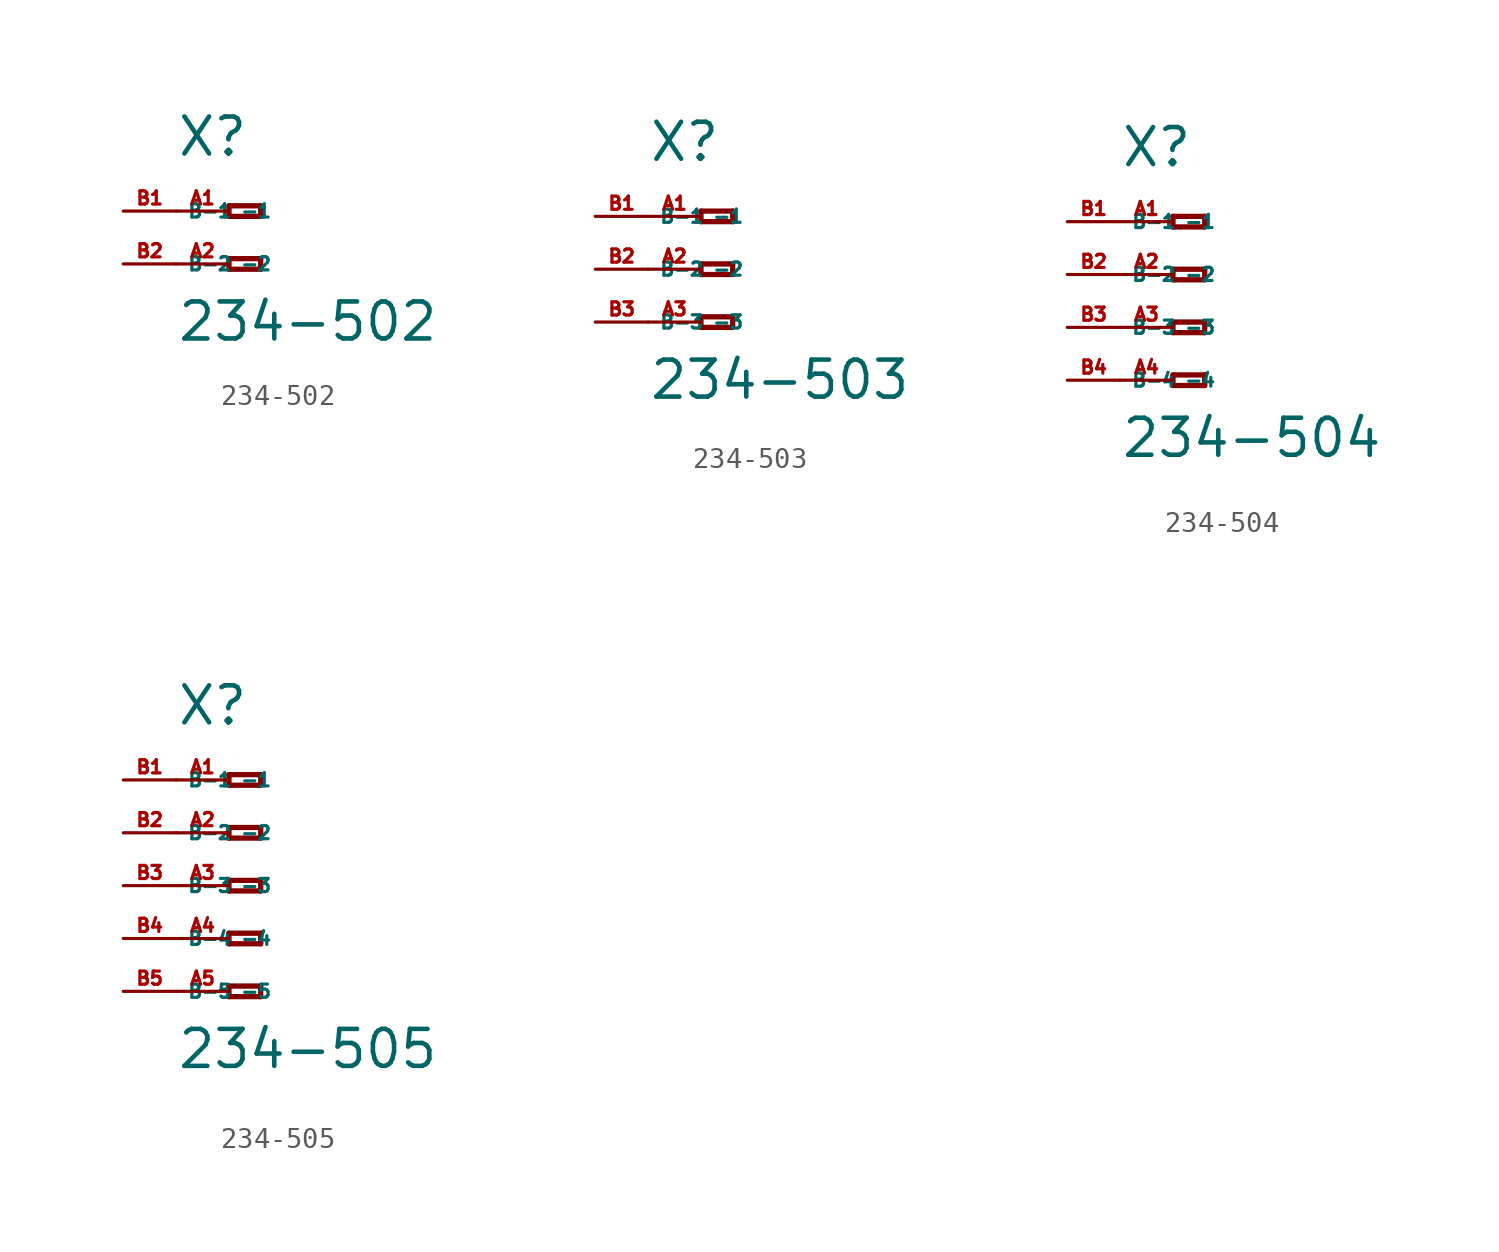
<source format=kicad_sym>
(kicad_symbol_lib
  (version 20220914)
  (generator Eagle2Kicad)
  (symbol "234-502"
    (property "Reference" "X"
      (at -5.08 2.54 0)
      (effects (font (size 1.778 1.778) (thickness 0.22)) (justify left bottom)))
    (property "Value" "234-502"
      (at -5.08 -6.35 0)
      (effects (font (size 1.778 1.778) (thickness 0.22)) (justify left bottom)))
    (polyline
      (pts (xy -2.54 0.254) (xy -2.54 -0.254))
      (stroke (width 0.254) (type default))
      (fill (type none)))
    (polyline
      (pts (xy -2.54 -0.254) (xy -1.016 -0.254))
      (stroke (width 0.254) (type default))
      (fill (type none)))
    (polyline
      (pts (xy -1.016 -0.254) (xy -1.016 0.254))
      (stroke (width 0.254) (type default))
      (fill (type none)))
    (polyline
      (pts (xy -1.016 0.254) (xy -2.54 0.254))
      (stroke (width 0.254) (type default))
      (fill (type none)))
    (polyline
      (pts (xy -2.54 -2.286) (xy -2.54 -2.794))
      (stroke (width 0.254) (type default))
      (fill (type none)))
    (polyline
      (pts (xy -2.54 -2.794) (xy -1.016 -2.794))
      (stroke (width 0.254) (type default))
      (fill (type none)))
    (polyline
      (pts (xy -1.016 -2.794) (xy -1.016 -2.286))
      (stroke (width 0.254) (type default))
      (fill (type none)))
    (polyline
      (pts (xy -1.016 -2.286) (xy -2.54 -2.286))
      (stroke (width 0.254) (type default))
      (fill (type none)))
    (pin passive line
      (at -5.08 0 0)
      (length 2.54)
      (name "-1" (effects (font (size 0.635 0.635) (thickness 0.08)) (justify left bottom)))
      (number "A1" (effects (font (size 0.635 0.635) (thickness 0.08)) (justify left bottom))))
    (pin passive line
      (at -5.08 -2.54 0)
      (length 2.54)
      (name "-2" (effects (font (size 0.635 0.635) (thickness 0.08)) (justify left bottom)))
      (number "A2" (effects (font (size 0.635 0.635) (thickness 0.08)) (justify left bottom))))
    (pin passive line
      (at -7.62 -2.54 0)
      (length 2.54)
      (name "B-2" (effects (font (size 0.635 0.635) (thickness 0.08)) (justify left bottom)))
      (number "B2" (effects (font (size 0.635 0.635) (thickness 0.08)) (justify left bottom))))
    (pin passive line
      (at -7.62 0 0)
      (length 2.54)
      (name "B-1" (effects (font (size 0.635 0.635) (thickness 0.08)) (justify left bottom)))
      (number "B1" (effects (font (size 0.635 0.635) (thickness 0.08)) (justify left bottom)))))
  (symbol "234-503"
    (property "Reference" "X"
      (at -5.08 5.08 0)
      (effects (font (size 1.778 1.778) (thickness 0.22)) (justify left bottom)))
    (property "Value" "234-503"
      (at -5.08 -6.35 0)
      (effects (font (size 1.778 1.778) (thickness 0.22)) (justify left bottom)))
    (polyline
      (pts (xy -2.54 2.794) (xy -2.54 2.286))
      (stroke (width 0.254) (type default))
      (fill (type none)))
    (polyline
      (pts (xy -2.54 2.286) (xy -1.016 2.286))
      (stroke (width 0.254) (type default))
      (fill (type none)))
    (polyline
      (pts (xy -1.016 2.286) (xy -1.016 2.794))
      (stroke (width 0.254) (type default))
      (fill (type none)))
    (polyline
      (pts (xy -1.016 2.794) (xy -2.54 2.794))
      (stroke (width 0.254) (type default))
      (fill (type none)))
    (polyline
      (pts (xy -2.54 0.254) (xy -2.54 -0.254))
      (stroke (width 0.254) (type default))
      (fill (type none)))
    (polyline
      (pts (xy -2.54 -0.254) (xy -1.016 -0.254))
      (stroke (width 0.254) (type default))
      (fill (type none)))
    (polyline
      (pts (xy -1.016 -0.254) (xy -1.016 0.254))
      (stroke (width 0.254) (type default))
      (fill (type none)))
    (polyline
      (pts (xy -1.016 0.254) (xy -2.54 0.254))
      (stroke (width 0.254) (type default))
      (fill (type none)))
    (polyline
      (pts (xy -2.54 -2.286) (xy -2.54 -2.794))
      (stroke (width 0.254) (type default))
      (fill (type none)))
    (polyline
      (pts (xy -2.54 -2.794) (xy -1.016 -2.794))
      (stroke (width 0.254) (type default))
      (fill (type none)))
    (polyline
      (pts (xy -1.016 -2.794) (xy -1.016 -2.286))
      (stroke (width 0.254) (type default))
      (fill (type none)))
    (polyline
      (pts (xy -1.016 -2.286) (xy -2.54 -2.286))
      (stroke (width 0.254) (type default))
      (fill (type none)))
    (pin passive line
      (at -5.08 2.54 0)
      (length 2.54)
      (name "-1" (effects (font (size 0.635 0.635) (thickness 0.08)) (justify left bottom)))
      (number "A1" (effects (font (size 0.635 0.635) (thickness 0.08)) (justify left bottom))))
    (pin passive line
      (at -5.08 0 0)
      (length 2.54)
      (name "-2" (effects (font (size 0.635 0.635) (thickness 0.08)) (justify left bottom)))
      (number "A2" (effects (font (size 0.635 0.635) (thickness 0.08)) (justify left bottom))))
    (pin passive line
      (at -5.08 -2.54 0)
      (length 2.54)
      (name "-3" (effects (font (size 0.635 0.635) (thickness 0.08)) (justify left bottom)))
      (number "A3" (effects (font (size 0.635 0.635) (thickness 0.08)) (justify left bottom))))
    (pin passive line
      (at -7.62 -2.54 0)
      (length 2.54)
      (name "B-3" (effects (font (size 0.635 0.635) (thickness 0.08)) (justify left bottom)))
      (number "B3" (effects (font (size 0.635 0.635) (thickness 0.08)) (justify left bottom))))
    (pin passive line
      (at -7.62 2.54 0)
      (length 2.54)
      (name "B-1" (effects (font (size 0.635 0.635) (thickness 0.08)) (justify left bottom)))
      (number "B1" (effects (font (size 0.635 0.635) (thickness 0.08)) (justify left bottom))))
    (pin passive line
      (at -7.62 0 0)
      (length 2.54)
      (name "B-2" (effects (font (size 0.635 0.635) (thickness 0.08)) (justify left bottom)))
      (number "B2" (effects (font (size 0.635 0.635) (thickness 0.08)) (justify left bottom)))))
  (symbol "234-504"
    (property "Reference" "X"
      (at -5.08 5.08 0)
      (effects (font (size 1.778 1.778) (thickness 0.22)) (justify left bottom)))
    (property "Value" "234-504"
      (at -5.08 -8.89 0)
      (effects (font (size 1.778 1.778) (thickness 0.22)) (justify left bottom)))
    (polyline
      (pts (xy -2.54 2.794) (xy -2.54 2.286))
      (stroke (width 0.254) (type default))
      (fill (type none)))
    (polyline
      (pts (xy -2.54 2.286) (xy -1.016 2.286))
      (stroke (width 0.254) (type default))
      (fill (type none)))
    (polyline
      (pts (xy -1.016 2.286) (xy -1.016 2.794))
      (stroke (width 0.254) (type default))
      (fill (type none)))
    (polyline
      (pts (xy -1.016 2.794) (xy -2.54 2.794))
      (stroke (width 0.254) (type default))
      (fill (type none)))
    (polyline
      (pts (xy -2.54 0.254) (xy -2.54 -0.254))
      (stroke (width 0.254) (type default))
      (fill (type none)))
    (polyline
      (pts (xy -2.54 -0.254) (xy -1.016 -0.254))
      (stroke (width 0.254) (type default))
      (fill (type none)))
    (polyline
      (pts (xy -1.016 -0.254) (xy -1.016 0.254))
      (stroke (width 0.254) (type default))
      (fill (type none)))
    (polyline
      (pts (xy -1.016 0.254) (xy -2.54 0.254))
      (stroke (width 0.254) (type default))
      (fill (type none)))
    (polyline
      (pts (xy -2.54 -2.286) (xy -2.54 -2.794))
      (stroke (width 0.254) (type default))
      (fill (type none)))
    (polyline
      (pts (xy -2.54 -2.794) (xy -1.016 -2.794))
      (stroke (width 0.254) (type default))
      (fill (type none)))
    (polyline
      (pts (xy -1.016 -2.794) (xy -1.016 -2.286))
      (stroke (width 0.254) (type default))
      (fill (type none)))
    (polyline
      (pts (xy -1.016 -2.286) (xy -2.54 -2.286))
      (stroke (width 0.254) (type default))
      (fill (type none)))
    (polyline
      (pts (xy -2.54 -4.826) (xy -2.54 -5.334))
      (stroke (width 0.254) (type default))
      (fill (type none)))
    (polyline
      (pts (xy -2.54 -5.334) (xy -1.016 -5.334))
      (stroke (width 0.254) (type default))
      (fill (type none)))
    (polyline
      (pts (xy -1.016 -5.334) (xy -1.016 -4.826))
      (stroke (width 0.254) (type default))
      (fill (type none)))
    (polyline
      (pts (xy -1.016 -4.826) (xy -2.54 -4.826))
      (stroke (width 0.254) (type default))
      (fill (type none)))
    (pin passive line
      (at -5.08 2.54 0)
      (length 2.54)
      (name "-1" (effects (font (size 0.635 0.635) (thickness 0.08)) (justify left bottom)))
      (number "A1" (effects (font (size 0.635 0.635) (thickness 0.08)) (justify left bottom))))
    (pin passive line
      (at -5.08 0 0)
      (length 2.54)
      (name "-2" (effects (font (size 0.635 0.635) (thickness 0.08)) (justify left bottom)))
      (number "A2" (effects (font (size 0.635 0.635) (thickness 0.08)) (justify left bottom))))
    (pin passive line
      (at -5.08 -2.54 0)
      (length 2.54)
      (name "-3" (effects (font (size 0.635 0.635) (thickness 0.08)) (justify left bottom)))
      (number "A3" (effects (font (size 0.635 0.635) (thickness 0.08)) (justify left bottom))))
    (pin passive line
      (at -5.08 -5.08 0)
      (length 2.54)
      (name "-4" (effects (font (size 0.635 0.635) (thickness 0.08)) (justify left bottom)))
      (number "A4" (effects (font (size 0.635 0.635) (thickness 0.08)) (justify left bottom))))
    (pin passive line
      (at -7.62 -5.08 0)
      (length 2.54)
      (name "B-4" (effects (font (size 0.635 0.635) (thickness 0.08)) (justify left bottom)))
      (number "B4" (effects (font (size 0.635 0.635) (thickness 0.08)) (justify left bottom))))
    (pin passive line
      (at -7.62 2.54 0)
      (length 2.54)
      (name "B-1" (effects (font (size 0.635 0.635) (thickness 0.08)) (justify left bottom)))
      (number "B1" (effects (font (size 0.635 0.635) (thickness 0.08)) (justify left bottom))))
    (pin passive line
      (at -7.62 0 0)
      (length 2.54)
      (name "B-2" (effects (font (size 0.635 0.635) (thickness 0.08)) (justify left bottom)))
      (number "B2" (effects (font (size 0.635 0.635) (thickness 0.08)) (justify left bottom))))
    (pin passive line
      (at -7.62 -2.54 0)
      (length 2.54)
      (name "B-3" (effects (font (size 0.635 0.635) (thickness 0.08)) (justify left bottom)))
      (number "B3" (effects (font (size 0.635 0.635) (thickness 0.08)) (justify left bottom)))))
  (symbol "234-505"
    (property "Reference" "X"
      (at -5.08 7.62 0)
      (effects (font (size 1.778 1.778) (thickness 0.22)) (justify left bottom)))
    (property "Value" "234-505"
      (at -5.08 -8.89 0)
      (effects (font (size 1.778 1.778) (thickness 0.22)) (justify left bottom)))
    (polyline
      (pts (xy -2.54 5.334) (xy -2.54 4.826))
      (stroke (width 0.254) (type default))
      (fill (type none)))
    (polyline
      (pts (xy -2.54 4.826) (xy -1.016 4.826))
      (stroke (width 0.254) (type default))
      (fill (type none)))
    (polyline
      (pts (xy -1.016 4.826) (xy -1.016 5.334))
      (stroke (width 0.254) (type default))
      (fill (type none)))
    (polyline
      (pts (xy -1.016 5.334) (xy -2.54 5.334))
      (stroke (width 0.254) (type default))
      (fill (type none)))
    (polyline
      (pts (xy -2.54 2.794) (xy -2.54 2.286))
      (stroke (width 0.254) (type default))
      (fill (type none)))
    (polyline
      (pts (xy -2.54 2.286) (xy -1.016 2.286))
      (stroke (width 0.254) (type default))
      (fill (type none)))
    (polyline
      (pts (xy -1.016 2.286) (xy -1.016 2.794))
      (stroke (width 0.254) (type default))
      (fill (type none)))
    (polyline
      (pts (xy -1.016 2.794) (xy -2.54 2.794))
      (stroke (width 0.254) (type default))
      (fill (type none)))
    (polyline
      (pts (xy -2.54 0.254) (xy -2.54 -0.254))
      (stroke (width 0.254) (type default))
      (fill (type none)))
    (polyline
      (pts (xy -2.54 -0.254) (xy -1.016 -0.254))
      (stroke (width 0.254) (type default))
      (fill (type none)))
    (polyline
      (pts (xy -1.016 -0.254) (xy -1.016 0.254))
      (stroke (width 0.254) (type default))
      (fill (type none)))
    (polyline
      (pts (xy -1.016 0.254) (xy -2.54 0.254))
      (stroke (width 0.254) (type default))
      (fill (type none)))
    (polyline
      (pts (xy -2.54 -2.286) (xy -2.54 -2.794))
      (stroke (width 0.254) (type default))
      (fill (type none)))
    (polyline
      (pts (xy -2.54 -2.794) (xy -1.016 -2.794))
      (stroke (width 0.254) (type default))
      (fill (type none)))
    (polyline
      (pts (xy -1.016 -2.794) (xy -1.016 -2.286))
      (stroke (width 0.254) (type default))
      (fill (type none)))
    (polyline
      (pts (xy -1.016 -2.286) (xy -2.54 -2.286))
      (stroke (width 0.254) (type default))
      (fill (type none)))
    (polyline
      (pts (xy -2.54 -4.826) (xy -2.54 -5.334))
      (stroke (width 0.254) (type default))
      (fill (type none)))
    (polyline
      (pts (xy -2.54 -5.334) (xy -1.016 -5.334))
      (stroke (width 0.254) (type default))
      (fill (type none)))
    (polyline
      (pts (xy -1.016 -5.334) (xy -1.016 -4.826))
      (stroke (width 0.254) (type default))
      (fill (type none)))
    (polyline
      (pts (xy -1.016 -4.826) (xy -2.54 -4.826))
      (stroke (width 0.254) (type default))
      (fill (type none)))
    (pin passive line
      (at -5.08 5.08 0)
      (length 2.54)
      (name "-1" (effects (font (size 0.635 0.635) (thickness 0.08)) (justify left bottom)))
      (number "A1" (effects (font (size 0.635 0.635) (thickness 0.08)) (justify left bottom))))
    (pin passive line
      (at -5.08 2.54 0)
      (length 2.54)
      (name "-2" (effects (font (size 0.635 0.635) (thickness 0.08)) (justify left bottom)))
      (number "A2" (effects (font (size 0.635 0.635) (thickness 0.08)) (justify left bottom))))
    (pin passive line
      (at -5.08 0 0)
      (length 2.54)
      (name "-3" (effects (font (size 0.635 0.635) (thickness 0.08)) (justify left bottom)))
      (number "A3" (effects (font (size 0.635 0.635) (thickness 0.08)) (justify left bottom))))
    (pin passive line
      (at -5.08 -2.54 0)
      (length 2.54)
      (name "-4" (effects (font (size 0.635 0.635) (thickness 0.08)) (justify left bottom)))
      (number "A4" (effects (font (size 0.635 0.635) (thickness 0.08)) (justify left bottom))))
    (pin passive line
      (at -5.08 -5.08 0)
      (length 2.54)
      (name "-5" (effects (font (size 0.635 0.635) (thickness 0.08)) (justify left bottom)))
      (number "A5" (effects (font (size 0.635 0.635) (thickness 0.08)) (justify left bottom))))
    (pin passive line
      (at -7.62 -5.08 0)
      (length 2.54)
      (name "B-5" (effects (font (size 0.635 0.635) (thickness 0.08)) (justify left bottom)))
      (number "B5" (effects (font (size 0.635 0.635) (thickness 0.08)) (justify left bottom))))
    (pin passive line
      (at -7.62 5.08 0)
      (length 2.54)
      (name "B-1" (effects (font (size 0.635 0.635) (thickness 0.08)) (justify left bottom)))
      (number "B1" (effects (font (size 0.635 0.635) (thickness 0.08)) (justify left bottom))))
    (pin passive line
      (at -7.62 2.54 0)
      (length 2.54)
      (name "B-2" (effects (font (size 0.635 0.635) (thickness 0.08)) (justify left bottom)))
      (number "B2" (effects (font (size 0.635 0.635) (thickness 0.08)) (justify left bottom))))
    (pin passive line
      (at -7.62 0 0)
      (length 2.54)
      (name "B-3" (effects (font (size 0.635 0.635) (thickness 0.08)) (justify left bottom)))
      (number "B3" (effects (font (size 0.635 0.635) (thickness 0.08)) (justify left bottom))))
    (pin passive line
      (at -7.62 -2.54 0)
      (length 2.54)
      (name "B-4" (effects (font (size 0.635 0.635) (thickness 0.08)) (justify left bottom)))
      (number "B4" (effects (font (size 0.635 0.635) (thickness 0.08)) (justify left bottom))))))
</source>
